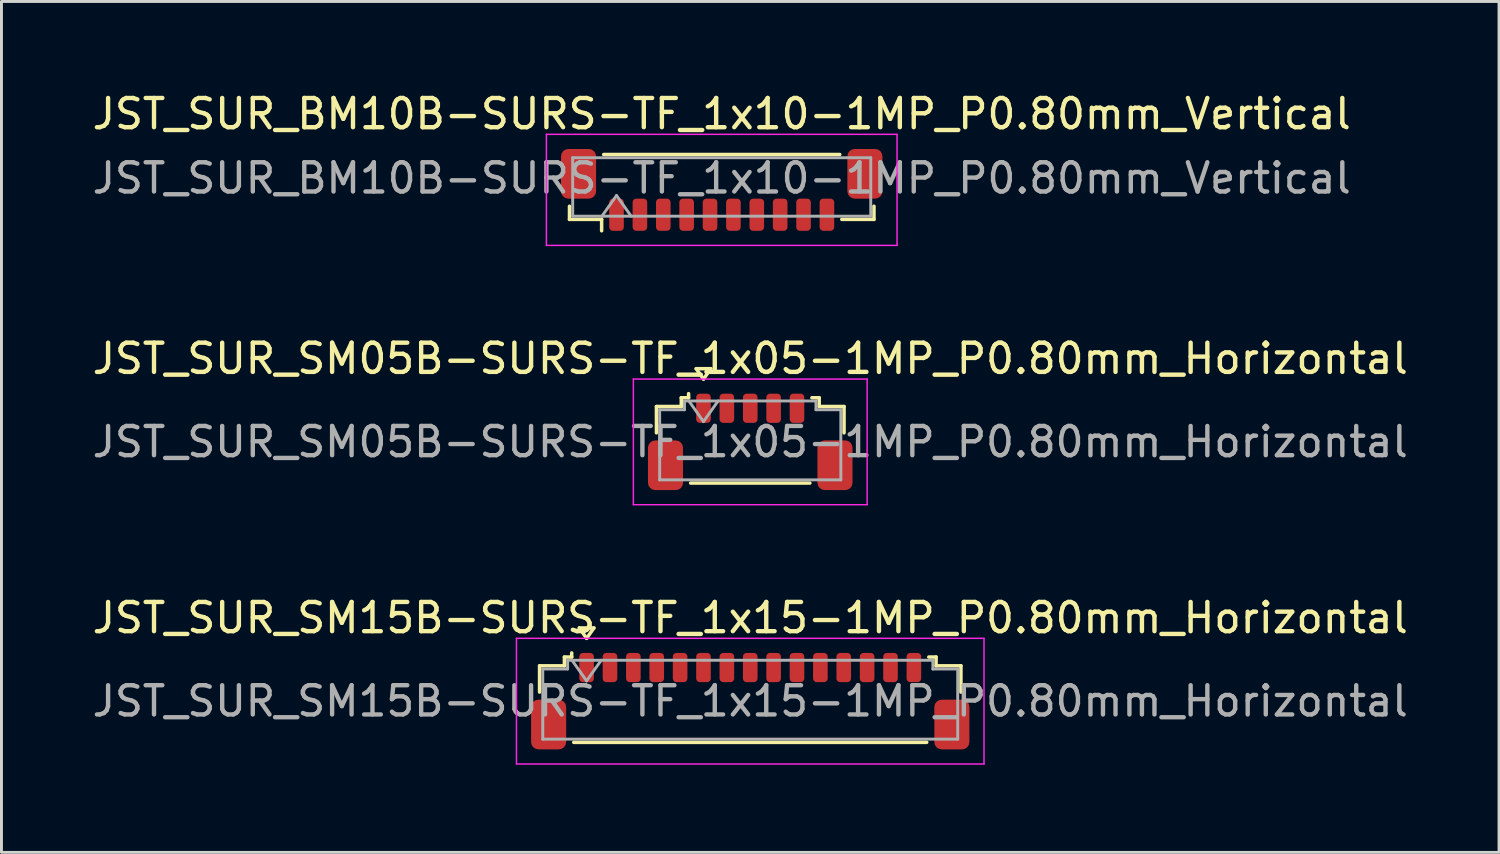
<source format=kicad_pcb>
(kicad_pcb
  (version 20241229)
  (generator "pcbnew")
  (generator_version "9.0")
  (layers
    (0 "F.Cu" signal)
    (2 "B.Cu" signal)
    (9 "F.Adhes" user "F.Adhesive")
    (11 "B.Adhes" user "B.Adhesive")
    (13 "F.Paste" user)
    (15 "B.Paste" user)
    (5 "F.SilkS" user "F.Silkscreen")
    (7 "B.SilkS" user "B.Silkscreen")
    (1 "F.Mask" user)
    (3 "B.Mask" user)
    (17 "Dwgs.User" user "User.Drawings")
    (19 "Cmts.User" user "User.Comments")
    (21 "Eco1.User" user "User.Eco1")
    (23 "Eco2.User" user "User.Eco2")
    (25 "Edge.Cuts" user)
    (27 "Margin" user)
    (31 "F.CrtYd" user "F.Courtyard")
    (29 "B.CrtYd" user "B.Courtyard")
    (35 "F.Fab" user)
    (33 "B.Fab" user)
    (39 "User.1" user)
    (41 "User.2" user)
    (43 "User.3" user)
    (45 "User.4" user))
  (footprint "JST_SUR_BM10B-SURS-TF_1x10-1MP_P0.80mm_Vertical"
    (layer "F.Cu")
    (at 21.649 3.448)
    (property "Reference" "JST_SUR_BM10B-SURS-TF_1x10-1MP_P0.80mm_Vertical" (at 0 -2.6 0) (layer "F.SilkS") (effects (font (size 1 1) (thickness 0.15))))
    (attr smd)
    (fp_line (start -5.21 0.56) (end -5.21 1.01) (stroke (width 0.12) (type solid)) (layer "F.SilkS"))
    (fp_line (start -5.21 1.01) (end -4.11 1.01) (stroke (width 0.12) (type solid)) (layer "F.SilkS"))
    (fp_line (start -4.11 1.01) (end -4.11 1.4) (stroke (width 0.12) (type solid)) (layer "F.SilkS"))
    (fp_line (start -4.04 -1.21) (end 4.04 -1.21) (stroke (width 0.12) (type solid)) (layer "F.SilkS"))
    (fp_line (start 5.21 0.56) (end 5.21 1.01) (stroke (width 0.12) (type solid)) (layer "F.SilkS"))
    (fp_line (start 5.21 1.01) (end 4.11 1.01) (stroke (width 0.12) (type solid)) (layer "F.SilkS"))
    (fp_line (start -6 -1.9) (end -6 1.9) (stroke (width 0.05) (type solid)) (layer "F.CrtYd"))
    (fp_line (start -6 1.9) (end 6 1.9) (stroke (width 0.05) (type solid)) (layer "F.CrtYd"))
    (fp_line (start 6 -1.9) (end -6 -1.9) (stroke (width 0.05) (type solid)) (layer "F.CrtYd"))
    (fp_line (start 6 1.9) (end 6 -1.9) (stroke (width 0.05) (type solid)) (layer "F.CrtYd"))
    (fp_line (start -5.1 -1.1) (end 5.1 -1.1) (stroke (width 0.1) (type solid)) (layer "F.Fab"))
    (fp_line (start -5.1 0.9) (end -5.1 -1.1) (stroke (width 0.1) (type solid)) (layer "F.Fab"))
    (fp_line (start -5.1 0.9) (end 5.1 0.9) (stroke (width 0.1) (type solid)) (layer "F.Fab"))
    (fp_line (start -4.1 0.9) (end -3.6 0.193) (stroke (width 0.1) (type solid)) (layer "F.Fab"))
    (fp_line (start -3.6 0.193) (end -3.1 0.9) (stroke (width 0.1) (type solid)) (layer "F.Fab"))
    (fp_line (start 5.1 0.9) (end 5.1 -1.1) (stroke (width 0.1) (type solid)) (layer "F.Fab"))
    (fp_text user "${REFERENCE}" (at 0 -0.4 0) (layer "F.Fab") (effects (font (size 1 1) (thickness 0.15))))
    (pad "1" smd roundrect (at -3.6 0.85) (size 0.5 1.1) (layers "F.Cu" "F.Mask" "F.Paste") (roundrect_rratio 0.25))
    (pad "2" smd roundrect (at -2.8 0.85) (size 0.5 1.1) (layers "F.Cu" "F.Mask" "F.Paste") (roundrect_rratio 0.25))
    (pad "3" smd roundrect (at -2 0.85) (size 0.5 1.1) (layers "F.Cu" "F.Mask" "F.Paste") (roundrect_rratio 0.25))
    (pad "4" smd roundrect (at -1.2 0.85) (size 0.5 1.1) (layers "F.Cu" "F.Mask" "F.Paste") (roundrect_rratio 0.25))
    (pad "5" smd roundrect (at -0.4 0.85) (size 0.5 1.1) (layers "F.Cu" "F.Mask" "F.Paste") (roundrect_rratio 0.25))
    (pad "6" smd roundrect (at 0.4 0.85) (size 0.5 1.1) (layers "F.Cu" "F.Mask" "F.Paste") (roundrect_rratio 0.25))
    (pad "7" smd roundrect (at 1.2 0.85) (size 0.5 1.1) (layers "F.Cu" "F.Mask" "F.Paste") (roundrect_rratio 0.25))
    (pad "8" smd roundrect (at 2 0.85) (size 0.5 1.1) (layers "F.Cu" "F.Mask" "F.Paste") (roundrect_rratio 0.25))
    (pad "9" smd roundrect (at 2.8 0.85) (size 0.5 1.1) (layers "F.Cu" "F.Mask" "F.Paste") (roundrect_rratio 0.25))
    (pad "10" smd roundrect (at 3.6 0.85) (size 0.5 1.1) (layers "F.Cu" "F.Mask" "F.Paste") (roundrect_rratio 0.25))
    (pad "MP" smd roundrect (at -4.9 -0.55) (size 1.2 1.7) (layers "F.Cu" "F.Mask" "F.Paste") (roundrect_rratio 0.208))
    (pad "MP" smd roundrect (at 4.9 -0.55) (size 1.2 1.7) (layers "F.Cu" "F.Mask" "F.Paste") (roundrect_rratio 0.208)))
  (footprint "JST_SUR_SM15B-SURS-TF_1x15-1MP_P0.80mm_Horizontal"
    (layer "F.Cu")
    (at 22.625 20.945)
    (property "Reference" "JST_SUR_SM15B-SURS-TF_1x15-1MP_P0.80mm_Horizontal" (at 0 -2.85 0) (layer "F.SilkS") (effects (font (size 1 1) (thickness 0.15))))
    (attr smd)
    (fp_line (start -7.21 -1.21) (end -6.36 -1.21) (stroke (width 0.12) (type solid)) (layer "F.SilkS"))
    (fp_line (start -7.21 -0.31) (end -7.21 -1.21) (stroke (width 0.12) (type solid)) (layer "F.SilkS"))
    (fp_line (start -6.36 -1.51) (end -6.11 -1.51) (stroke (width 0.12) (type solid)) (layer "F.SilkS"))
    (fp_line (start -6.36 -1.21) (end -6.36 -1.51) (stroke (width 0.12) (type solid)) (layer "F.SilkS"))
    (fp_line (start -6.11 -1.51) (end -6.11 -1.65) (stroke (width 0.12) (type solid)) (layer "F.SilkS"))
    (fp_line (start -6.04 1.41) (end 6.04 1.41) (stroke (width 0.12) (type solid)) (layer "F.SilkS"))
    (fp_line (start -5.85 -2.504) (end -5.6 -2.15) (stroke (width 0.12) (type solid)) (layer "F.SilkS"))
    (fp_line (start -5.6 -2.15) (end -5.35 -2.504) (stroke (width 0.12) (type solid)) (layer "F.SilkS"))
    (fp_line (start -5.35 -2.504) (end -5.85 -2.504) (stroke (width 0.12) (type solid)) (layer "F.SilkS"))
    (fp_line (start 6.36 -1.51) (end 6.11 -1.51) (stroke (width 0.12) (type solid)) (layer "F.SilkS"))
    (fp_line (start 6.36 -1.21) (end 6.36 -1.51) (stroke (width 0.12) (type solid)) (layer "F.SilkS"))
    (fp_line (start 7.21 -1.21) (end 6.36 -1.21) (stroke (width 0.12) (type solid)) (layer "F.SilkS"))
    (fp_line (start 7.21 -0.31) (end 7.21 -1.21) (stroke (width 0.12) (type solid)) (layer "F.SilkS"))
    (fp_line (start -8 -2.15) (end -8 2.15) (stroke (width 0.05) (type solid)) (layer "F.CrtYd"))
    (fp_line (start -8 2.15) (end 8 2.15) (stroke (width 0.05) (type solid)) (layer "F.CrtYd"))
    (fp_line (start 8 -2.15) (end -8 -2.15) (stroke (width 0.05) (type solid)) (layer "F.CrtYd"))
    (fp_line (start 8 2.15) (end 8 -2.15) (stroke (width 0.05) (type solid)) (layer "F.CrtYd"))
    (fp_line (start -7.1 -1.1) (end -7.1 1.3) (stroke (width 0.1) (type solid)) (layer "F.Fab"))
    (fp_line (start -7.1 -1.1) (end -6.25 -1.1) (stroke (width 0.1) (type solid)) (layer "F.Fab"))
    (fp_line (start -7.1 1.3) (end 7.1 1.3) (stroke (width 0.1) (type solid)) (layer "F.Fab"))
    (fp_line (start -6.25 -1.4) (end 6.25 -1.4) (stroke (width 0.1) (type solid)) (layer "F.Fab"))
    (fp_line (start -6.25 -1.1) (end -6.25 -1.4) (stroke (width 0.1) (type solid)) (layer "F.Fab"))
    (fp_line (start -6.1 -1.4) (end -5.6 -0.693) (stroke (width 0.1) (type solid)) (layer "F.Fab"))
    (fp_line (start -5.6 -0.693) (end -5.1 -1.4) (stroke (width 0.1) (type solid)) (layer "F.Fab"))
    (fp_line (start 6.25 -1.4) (end 6.25 -1.1) (stroke (width 0.1) (type solid)) (layer "F.Fab"))
    (fp_line (start 6.25 -1.1) (end 7.1 -1.1) (stroke (width 0.1) (type solid)) (layer "F.Fab"))
    (fp_line (start 7.1 -1.1) (end 7.1 1.3) (stroke (width 0.1) (type solid)) (layer "F.Fab"))
    (fp_text user "${REFERENCE}" (at 0 0 0) (layer "F.Fab") (effects (font (size 1 1) (thickness 0.15))))
    (pad "1" smd roundrect (at -5.6 -1.15) (size 0.5 1) (layers "F.Cu" "F.Mask" "F.Paste") (roundrect_rratio 0.25))
    (pad "2" smd roundrect (at -4.8 -1.15) (size 0.5 1) (layers "F.Cu" "F.Mask" "F.Paste") (roundrect_rratio 0.25))
    (pad "3" smd roundrect (at -4 -1.15) (size 0.5 1) (layers "F.Cu" "F.Mask" "F.Paste") (roundrect_rratio 0.25))
    (pad "4" smd roundrect (at -3.2 -1.15) (size 0.5 1) (layers "F.Cu" "F.Mask" "F.Paste") (roundrect_rratio 0.25))
    (pad "5" smd roundrect (at -2.4 -1.15) (size 0.5 1) (layers "F.Cu" "F.Mask" "F.Paste") (roundrect_rratio 0.25))
    (pad "6" smd roundrect (at -1.6 -1.15) (size 0.5 1) (layers "F.Cu" "F.Mask" "F.Paste") (roundrect_rratio 0.25))
    (pad "7" smd roundrect (at -0.8 -1.15) (size 0.5 1) (layers "F.Cu" "F.Mask" "F.Paste") (roundrect_rratio 0.25))
    (pad "8" smd roundrect (at 0 -1.15) (size 0.5 1) (layers "F.Cu" "F.Mask" "F.Paste") (roundrect_rratio 0.25))
    (pad "9" smd roundrect (at 0.8 -1.15) (size 0.5 1) (layers "F.Cu" "F.Mask" "F.Paste") (roundrect_rratio 0.25))
    (pad "10" smd roundrect (at 1.6 -1.15) (size 0.5 1) (layers "F.Cu" "F.Mask" "F.Paste") (roundrect_rratio 0.25))
    (pad "11" smd roundrect (at 2.4 -1.15) (size 0.5 1) (layers "F.Cu" "F.Mask" "F.Paste") (roundrect_rratio 0.25))
    (pad "12" smd roundrect (at 3.2 -1.15) (size 0.5 1) (layers "F.Cu" "F.Mask" "F.Paste") (roundrect_rratio 0.25))
    (pad "13" smd roundrect (at 4 -1.15) (size 0.5 1) (layers "F.Cu" "F.Mask" "F.Paste") (roundrect_rratio 0.25))
    (pad "14" smd roundrect (at 4.8 -1.15) (size 0.5 1) (layers "F.Cu" "F.Mask" "F.Paste") (roundrect_rratio 0.25))
    (pad "15" smd roundrect (at 5.6 -1.15) (size 0.5 1) (layers "F.Cu" "F.Mask" "F.Paste") (roundrect_rratio 0.25))
    (pad "MP" smd roundrect (at -6.9 0.8) (size 1.2 1.7) (layers "F.Cu" "F.Mask" "F.Paste") (roundrect_rratio 0.208))
    (pad "MP" smd roundrect (at 6.9 0.8) (size 1.2 1.7) (layers "F.Cu" "F.Mask" "F.Paste") (roundrect_rratio 0.208)))
  (footprint "JST_SUR_SM05B-SURS-TF_1x05-1MP_P0.80mm_Horizontal"
    (layer "F.Cu")
    (at 22.625 12.072)
    (property "Reference" "JST_SUR_SM05B-SURS-TF_1x05-1MP_P0.80mm_Horizontal" (at 0 -2.85 0) (layer "F.SilkS") (effects (font (size 1 1) (thickness 0.15))))
    (attr smd)
    (fp_line (start -3.21 -1.21) (end -2.36 -1.21) (stroke (width 0.12) (type solid)) (layer "F.SilkS"))
    (fp_line (start -3.21 -0.31) (end -3.21 -1.21) (stroke (width 0.12) (type solid)) (layer "F.SilkS"))
    (fp_line (start -2.36 -1.51) (end -2.11 -1.51) (stroke (width 0.12) (type solid)) (layer "F.SilkS"))
    (fp_line (start -2.36 -1.21) (end -2.36 -1.51) (stroke (width 0.12) (type solid)) (layer "F.SilkS"))
    (fp_line (start -2.11 -1.51) (end -2.11 -1.65) (stroke (width 0.12) (type solid)) (layer "F.SilkS"))
    (fp_line (start -2.04 1.41) (end 2.04 1.41) (stroke (width 0.12) (type solid)) (layer "F.SilkS"))
    (fp_line (start -1.85 -2.504) (end -1.6 -2.15) (stroke (width 0.12) (type solid)) (layer "F.SilkS"))
    (fp_line (start -1.6 -2.15) (end -1.35 -2.504) (stroke (width 0.12) (type solid)) (layer "F.SilkS"))
    (fp_line (start -1.35 -2.504) (end -1.85 -2.504) (stroke (width 0.12) (type solid)) (layer "F.SilkS"))
    (fp_line (start 2.36 -1.51) (end 2.11 -1.51) (stroke (width 0.12) (type solid)) (layer "F.SilkS"))
    (fp_line (start 2.36 -1.21) (end 2.36 -1.51) (stroke (width 0.12) (type solid)) (layer "F.SilkS"))
    (fp_line (start 3.21 -1.21) (end 2.36 -1.21) (stroke (width 0.12) (type solid)) (layer "F.SilkS"))
    (fp_line (start 3.21 -0.31) (end 3.21 -1.21) (stroke (width 0.12) (type solid)) (layer "F.SilkS"))
    (fp_line (start -4 -2.15) (end -4 2.15) (stroke (width 0.05) (type solid)) (layer "F.CrtYd"))
    (fp_line (start -4 2.15) (end 4 2.15) (stroke (width 0.05) (type solid)) (layer "F.CrtYd"))
    (fp_line (start 4 -2.15) (end -4 -2.15) (stroke (width 0.05) (type solid)) (layer "F.CrtYd"))
    (fp_line (start 4 2.15) (end 4 -2.15) (stroke (width 0.05) (type solid)) (layer "F.CrtYd"))
    (fp_line (start -3.1 -1.1) (end -3.1 1.3) (stroke (width 0.1) (type solid)) (layer "F.Fab"))
    (fp_line (start -3.1 -1.1) (end -2.25 -1.1) (stroke (width 0.1) (type solid)) (layer "F.Fab"))
    (fp_line (start -3.1 1.3) (end 3.1 1.3) (stroke (width 0.1) (type solid)) (layer "F.Fab"))
    (fp_line (start -2.25 -1.4) (end 2.25 -1.4) (stroke (width 0.1) (type solid)) (layer "F.Fab"))
    (fp_line (start -2.25 -1.1) (end -2.25 -1.4) (stroke (width 0.1) (type solid)) (layer "F.Fab"))
    (fp_line (start -2.1 -1.4) (end -1.6 -0.693) (stroke (width 0.1) (type solid)) (layer "F.Fab"))
    (fp_line (start -1.6 -0.693) (end -1.1 -1.4) (stroke (width 0.1) (type solid)) (layer "F.Fab"))
    (fp_line (start 2.25 -1.4) (end 2.25 -1.1) (stroke (width 0.1) (type solid)) (layer "F.Fab"))
    (fp_line (start 2.25 -1.1) (end 3.1 -1.1) (stroke (width 0.1) (type solid)) (layer "F.Fab"))
    (fp_line (start 3.1 -1.1) (end 3.1 1.3) (stroke (width 0.1) (type solid)) (layer "F.Fab"))
    (fp_text user "${REFERENCE}" (at 0 0 0) (layer "F.Fab") (effects (font (size 1 1) (thickness 0.15))))
    (pad "1" smd roundrect (at -1.6 -1.15) (size 0.5 1) (layers "F.Cu" "F.Mask" "F.Paste") (roundrect_rratio 0.25))
    (pad "2" smd roundrect (at -0.8 -1.15) (size 0.5 1) (layers "F.Cu" "F.Mask" "F.Paste") (roundrect_rratio 0.25))
    (pad "3" smd roundrect (at 0 -1.15) (size 0.5 1) (layers "F.Cu" "F.Mask" "F.Paste") (roundrect_rratio 0.25))
    (pad "4" smd roundrect (at 0.8 -1.15) (size 0.5 1) (layers "F.Cu" "F.Mask" "F.Paste") (roundrect_rratio 0.25))
    (pad "5" smd roundrect (at 1.6 -1.15) (size 0.5 1) (layers "F.Cu" "F.Mask" "F.Paste") (roundrect_rratio 0.25))
    (pad "MP" smd roundrect (at -2.9 0.8) (size 1.2 1.7) (layers "F.Cu" "F.Mask" "F.Paste") (roundrect_rratio 0.208))
    (pad "MP" smd roundrect (at 2.9 0.8) (size 1.2 1.7) (layers "F.Cu" "F.Mask" "F.Paste") (roundrect_rratio 0.208)))
  (gr_rect
    (start -3 -3)
    (end 48.25 26.12)
    (stroke (width 0.1) (type default))
    (fill no)
    (layer "Edge.Cuts")))
</source>
